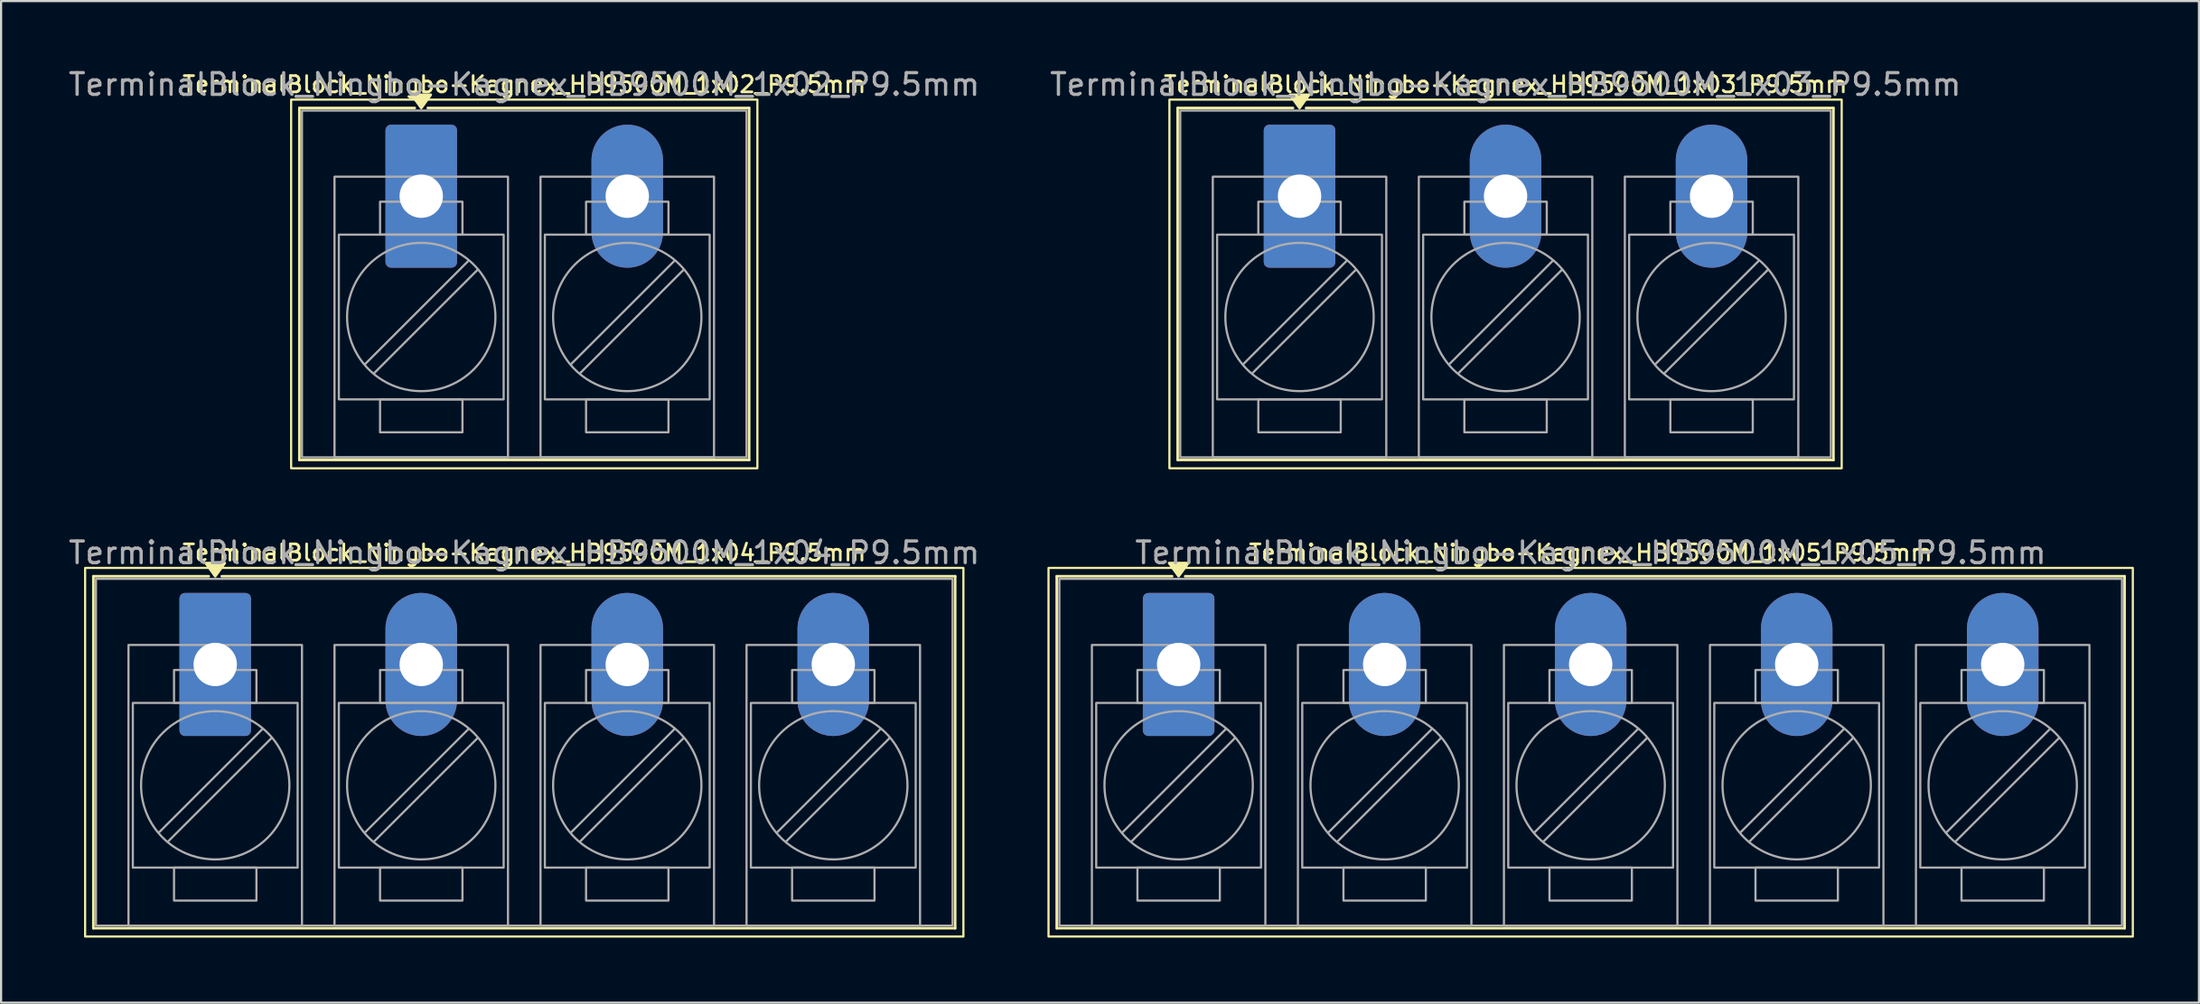
<source format=kicad_pcb>
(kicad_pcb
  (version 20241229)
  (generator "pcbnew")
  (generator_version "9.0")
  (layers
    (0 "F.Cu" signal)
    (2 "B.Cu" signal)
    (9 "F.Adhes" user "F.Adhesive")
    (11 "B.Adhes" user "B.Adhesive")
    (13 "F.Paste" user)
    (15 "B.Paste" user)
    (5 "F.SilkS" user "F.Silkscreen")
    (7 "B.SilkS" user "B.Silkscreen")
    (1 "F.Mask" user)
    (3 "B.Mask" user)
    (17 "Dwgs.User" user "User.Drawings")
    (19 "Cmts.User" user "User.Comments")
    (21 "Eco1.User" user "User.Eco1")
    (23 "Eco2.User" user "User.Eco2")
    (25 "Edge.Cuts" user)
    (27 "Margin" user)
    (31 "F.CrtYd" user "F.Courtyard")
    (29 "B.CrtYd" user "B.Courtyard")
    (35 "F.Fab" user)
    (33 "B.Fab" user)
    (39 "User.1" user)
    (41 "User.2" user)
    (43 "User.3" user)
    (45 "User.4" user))
  (footprint "TerminalBlock_Ningbo-Kagnex_HB9500M_1x05_P9.5mm"
    (layer "F.Cu")
    (at 51.3 27.611)
    (property "Reference" "TerminalBlock_Ningbo-Kagnex_HB9500M_1x05_P9.5mm" (at 19 -5.155 0) (layer "F.SilkS") (effects (font (size 0.75 0.75) (thickness 0.125))))
    (attr through_hole)
    (fp_line (start -5.62 -4.07) (end -0.3 -4.07) (stroke (width 0.12) (type solid)) (layer "F.SilkS"))
    (fp_line (start -5.62 12.17) (end -5.62 -4.07) (stroke (width 0.12) (type solid)) (layer "F.SilkS"))
    (fp_line (start 0.3 -4.07) (end 43.62 -4.07) (stroke (width 0.12) (type solid)) (layer "F.SilkS"))
    (fp_line (start 43.62 -4.07) (end 43.62 12.17) (stroke (width 0.12) (type solid)) (layer "F.SilkS"))
    (fp_line (start 43.62 12.17) (end -5.62 12.17) (stroke (width 0.12) (type solid)) (layer "F.SilkS"))
    (fp_rect (start -6 -4.455) (end 44 12.555) (stroke (width 0.1) (type solid)) (fill no) (layer "F.SilkS"))
    (fp_poly (pts (xy 0 -4.07) (xy -0.44 -4.68) (xy 0.44 -4.68)) (stroke (width 0.12) (type solid)) (fill yes) (layer "F.SilkS"))
    (fp_line (start 2.176 2.981) (end -2.594 7.751) (stroke (width 0.1) (type solid)) (layer "F.Fab"))
    (fp_line (start 2.594 3.399) (end -2.176 8.169) (stroke (width 0.1) (type solid)) (layer "F.Fab"))
    (fp_line (start 11.676 2.981) (end 6.906 7.751) (stroke (width 0.1) (type solid)) (layer "F.Fab"))
    (fp_line (start 12.094 3.399) (end 7.324 8.169) (stroke (width 0.1) (type solid)) (layer "F.Fab"))
    (fp_line (start 21.176 2.981) (end 16.406 7.751) (stroke (width 0.1) (type solid)) (layer "F.Fab"))
    (fp_line (start 21.594 3.399) (end 16.824 8.169) (stroke (width 0.1) (type solid)) (layer "F.Fab"))
    (fp_line (start 30.676 2.981) (end 25.906 7.751) (stroke (width 0.1) (type solid)) (layer "F.Fab"))
    (fp_line (start 31.094 3.399) (end 26.324 8.169) (stroke (width 0.1) (type solid)) (layer "F.Fab"))
    (fp_line (start 40.176 2.981) (end 35.406 7.751) (stroke (width 0.1) (type solid)) (layer "F.Fab"))
    (fp_line (start 40.594 3.399) (end 35.824 8.169) (stroke (width 0.1) (type solid)) (layer "F.Fab"))
    (fp_rect (start -5.5 -3.95) (end 43.5 12.05) (stroke (width 0.1) (type solid)) (fill no) (layer "F.Fab"))
    (fp_rect (start -4 -0.9) (end 4 12.05) (stroke (width 0.1) (type solid)) (fill no) (layer "F.Fab"))
    (fp_rect (start -3.8 1.775) (end 3.8 9.375) (stroke (width 0.1) (type solid)) (fill no) (layer "F.Fab"))
    (fp_rect (start -1.9 0.255) (end 1.9 1.775) (stroke (width 0.1) (type solid)) (fill no) (layer "F.Fab"))
    (fp_rect (start -1.9 9.375) (end 1.9 10.895) (stroke (width 0.1) (type solid)) (fill no) (layer "F.Fab"))
    (fp_rect (start 5.5 -0.9) (end 13.5 12.05) (stroke (width 0.1) (type solid)) (fill no) (layer "F.Fab"))
    (fp_rect (start 5.7 1.775) (end 13.3 9.375) (stroke (width 0.1) (type solid)) (fill no) (layer "F.Fab"))
    (fp_rect (start 7.6 0.255) (end 11.4 1.775) (stroke (width 0.1) (type solid)) (fill no) (layer "F.Fab"))
    (fp_rect (start 7.6 9.375) (end 11.4 10.895) (stroke (width 0.1) (type solid)) (fill no) (layer "F.Fab"))
    (fp_rect (start 15 -0.9) (end 23 12.05) (stroke (width 0.1) (type solid)) (fill no) (layer "F.Fab"))
    (fp_rect (start 15.2 1.775) (end 22.8 9.375) (stroke (width 0.1) (type solid)) (fill no) (layer "F.Fab"))
    (fp_rect (start 17.1 0.255) (end 20.9 1.775) (stroke (width 0.1) (type solid)) (fill no) (layer "F.Fab"))
    (fp_rect (start 17.1 9.375) (end 20.9 10.895) (stroke (width 0.1) (type solid)) (fill no) (layer "F.Fab"))
    (fp_rect (start 24.5 -0.9) (end 32.5 12.05) (stroke (width 0.1) (type solid)) (fill no) (layer "F.Fab"))
    (fp_rect (start 24.7 1.775) (end 32.3 9.375) (stroke (width 0.1) (type solid)) (fill no) (layer "F.Fab"))
    (fp_rect (start 26.6 0.255) (end 30.4 1.775) (stroke (width 0.1) (type solid)) (fill no) (layer "F.Fab"))
    (fp_rect (start 26.6 9.375) (end 30.4 10.895) (stroke (width 0.1) (type solid)) (fill no) (layer "F.Fab"))
    (fp_rect (start 34 -0.9) (end 42 12.05) (stroke (width 0.1) (type solid)) (fill no) (layer "F.Fab"))
    (fp_rect (start 34.2 1.775) (end 41.8 9.375) (stroke (width 0.1) (type solid)) (fill no) (layer "F.Fab"))
    (fp_rect (start 36.1 0.255) (end 39.9 1.775) (stroke (width 0.1) (type solid)) (fill no) (layer "F.Fab"))
    (fp_rect (start 36.1 9.375) (end 39.9 10.895) (stroke (width 0.1) (type solid)) (fill no) (layer "F.Fab"))
    (fp_circle (center 0 5.575) (end 3.42 5.575) (stroke (width 0.1) (type solid)) (fill no) (layer "F.Fab"))
    (fp_circle (center 9.5 5.575) (end 12.92 5.575) (stroke (width 0.1) (type solid)) (fill no) (layer "F.Fab"))
    (fp_circle (center 19 5.575) (end 22.42 5.575) (stroke (width 0.1) (type solid)) (fill no) (layer "F.Fab"))
    (fp_circle (center 28.5 5.575) (end 31.92 5.575) (stroke (width 0.1) (type solid)) (fill no) (layer "F.Fab"))
    (fp_circle (center 38 5.575) (end 41.42 5.575) (stroke (width 0.1) (type solid)) (fill no) (layer "F.Fab"))
    (fp_text user "${REFERENCE}" (at 19 -5.155 0) (layer "F.Fab") (effects (font (size 1 1) (thickness 0.15))))
    (pad "1" thru_hole roundrect (at 0 0) (size 3.3 6.6) (drill 2) (layers "*.Cu" "*.Mask") (roundrect_rratio 0.076))
    (pad "2" thru_hole oval (at 9.5 0) (size 3.3 6.6) (drill 2) (layers "*.Cu" "*.Mask"))
    (pad "3" thru_hole oval (at 19 0) (size 3.3 6.6) (drill 2) (layers "*.Cu" "*.Mask"))
    (pad "4" thru_hole oval (at 28.5 0) (size 3.3 6.6) (drill 2) (layers "*.Cu" "*.Mask"))
    (pad "5" thru_hole oval (at 38 0) (size 3.3 6.6) (drill 2) (layers "*.Cu" "*.Mask")))
  (footprint "TerminalBlock_Ningbo-Kagnex_HB9500M_1x03_P9.5mm"
    (layer "F.Cu")
    (at 56.875 6.003)
    (property "Reference" "TerminalBlock_Ningbo-Kagnex_HB9500M_1x03_P9.5mm" (at 9.5 -5.155 0) (layer "F.SilkS") (effects (font (size 0.75 0.75) (thickness 0.125))))
    (attr through_hole)
    (fp_line (start -5.62 -4.07) (end -0.3 -4.07) (stroke (width 0.12) (type solid)) (layer "F.SilkS"))
    (fp_line (start -5.62 12.17) (end -5.62 -4.07) (stroke (width 0.12) (type solid)) (layer "F.SilkS"))
    (fp_line (start 0.3 -4.07) (end 24.62 -4.07) (stroke (width 0.12) (type solid)) (layer "F.SilkS"))
    (fp_line (start 24.62 -4.07) (end 24.62 12.17) (stroke (width 0.12) (type solid)) (layer "F.SilkS"))
    (fp_line (start 24.62 12.17) (end -5.62 12.17) (stroke (width 0.12) (type solid)) (layer "F.SilkS"))
    (fp_rect (start -6 -4.455) (end 25 12.555) (stroke (width 0.1) (type solid)) (fill no) (layer "F.SilkS"))
    (fp_poly (pts (xy 0 -4.07) (xy -0.44 -4.68) (xy 0.44 -4.68)) (stroke (width 0.12) (type solid)) (fill yes) (layer "F.SilkS"))
    (fp_line (start 2.176 2.981) (end -2.594 7.751) (stroke (width 0.1) (type solid)) (layer "F.Fab"))
    (fp_line (start 2.594 3.399) (end -2.176 8.169) (stroke (width 0.1) (type solid)) (layer "F.Fab"))
    (fp_line (start 11.676 2.981) (end 6.906 7.751) (stroke (width 0.1) (type solid)) (layer "F.Fab"))
    (fp_line (start 12.094 3.399) (end 7.324 8.169) (stroke (width 0.1) (type solid)) (layer "F.Fab"))
    (fp_line (start 21.176 2.981) (end 16.406 7.751) (stroke (width 0.1) (type solid)) (layer "F.Fab"))
    (fp_line (start 21.594 3.399) (end 16.824 8.169) (stroke (width 0.1) (type solid)) (layer "F.Fab"))
    (fp_rect (start -5.5 -3.95) (end 24.5 12.05) (stroke (width 0.1) (type solid)) (fill no) (layer "F.Fab"))
    (fp_rect (start -4 -0.9) (end 4 12.05) (stroke (width 0.1) (type solid)) (fill no) (layer "F.Fab"))
    (fp_rect (start -3.8 1.775) (end 3.8 9.375) (stroke (width 0.1) (type solid)) (fill no) (layer "F.Fab"))
    (fp_rect (start -1.9 0.255) (end 1.9 1.775) (stroke (width 0.1) (type solid)) (fill no) (layer "F.Fab"))
    (fp_rect (start -1.9 9.375) (end 1.9 10.895) (stroke (width 0.1) (type solid)) (fill no) (layer "F.Fab"))
    (fp_rect (start 5.5 -0.9) (end 13.5 12.05) (stroke (width 0.1) (type solid)) (fill no) (layer "F.Fab"))
    (fp_rect (start 5.7 1.775) (end 13.3 9.375) (stroke (width 0.1) (type solid)) (fill no) (layer "F.Fab"))
    (fp_rect (start 7.6 0.255) (end 11.4 1.775) (stroke (width 0.1) (type solid)) (fill no) (layer "F.Fab"))
    (fp_rect (start 7.6 9.375) (end 11.4 10.895) (stroke (width 0.1) (type solid)) (fill no) (layer "F.Fab"))
    (fp_rect (start 15 -0.9) (end 23 12.05) (stroke (width 0.1) (type solid)) (fill no) (layer "F.Fab"))
    (fp_rect (start 15.2 1.775) (end 22.8 9.375) (stroke (width 0.1) (type solid)) (fill no) (layer "F.Fab"))
    (fp_rect (start 17.1 0.255) (end 20.9 1.775) (stroke (width 0.1) (type solid)) (fill no) (layer "F.Fab"))
    (fp_rect (start 17.1 9.375) (end 20.9 10.895) (stroke (width 0.1) (type solid)) (fill no) (layer "F.Fab"))
    (fp_circle (center 0 5.575) (end 3.42 5.575) (stroke (width 0.1) (type solid)) (fill no) (layer "F.Fab"))
    (fp_circle (center 9.5 5.575) (end 12.92 5.575) (stroke (width 0.1) (type solid)) (fill no) (layer "F.Fab"))
    (fp_circle (center 19 5.575) (end 22.42 5.575) (stroke (width 0.1) (type solid)) (fill no) (layer "F.Fab"))
    (fp_text user "${REFERENCE}" (at 9.5 -5.155 0) (layer "F.Fab") (effects (font (size 1 1) (thickness 0.15))))
    (pad "1" thru_hole roundrect (at 0 0) (size 3.3 6.6) (drill 2) (layers "*.Cu" "*.Mask") (roundrect_rratio 0.076))
    (pad "2" thru_hole oval (at 9.5 0) (size 3.3 6.6) (drill 2) (layers "*.Cu" "*.Mask"))
    (pad "3" thru_hole oval (at 19 0) (size 3.3 6.6) (drill 2) (layers "*.Cu" "*.Mask")))
  (footprint "TerminalBlock_Ningbo-Kagnex_HB9500M_1x04_P9.5mm"
    (layer "F.Cu")
    (at 6.875 27.611)
    (property "Reference" "TerminalBlock_Ningbo-Kagnex_HB9500M_1x04_P9.5mm" (at 14.25 -5.155 0) (layer "F.SilkS") (effects (font (size 0.75 0.75) (thickness 0.125))))
    (attr through_hole)
    (fp_line (start -5.62 -4.07) (end -0.3 -4.07) (stroke (width 0.12) (type solid)) (layer "F.SilkS"))
    (fp_line (start -5.62 12.17) (end -5.62 -4.07) (stroke (width 0.12) (type solid)) (layer "F.SilkS"))
    (fp_line (start 0.3 -4.07) (end 34.12 -4.07) (stroke (width 0.12) (type solid)) (layer "F.SilkS"))
    (fp_line (start 34.12 -4.07) (end 34.12 12.17) (stroke (width 0.12) (type solid)) (layer "F.SilkS"))
    (fp_line (start 34.12 12.17) (end -5.62 12.17) (stroke (width 0.12) (type solid)) (layer "F.SilkS"))
    (fp_rect (start -6 -4.455) (end 34.5 12.555) (stroke (width 0.1) (type solid)) (fill no) (layer "F.SilkS"))
    (fp_poly (pts (xy 0 -4.07) (xy -0.44 -4.68) (xy 0.44 -4.68)) (stroke (width 0.12) (type solid)) (fill yes) (layer "F.SilkS"))
    (fp_line (start 2.176 2.981) (end -2.594 7.751) (stroke (width 0.1) (type solid)) (layer "F.Fab"))
    (fp_line (start 2.594 3.399) (end -2.176 8.169) (stroke (width 0.1) (type solid)) (layer "F.Fab"))
    (fp_line (start 11.676 2.981) (end 6.906 7.751) (stroke (width 0.1) (type solid)) (layer "F.Fab"))
    (fp_line (start 12.094 3.399) (end 7.324 8.169) (stroke (width 0.1) (type solid)) (layer "F.Fab"))
    (fp_line (start 21.176 2.981) (end 16.406 7.751) (stroke (width 0.1) (type solid)) (layer "F.Fab"))
    (fp_line (start 21.594 3.399) (end 16.824 8.169) (stroke (width 0.1) (type solid)) (layer "F.Fab"))
    (fp_line (start 30.676 2.981) (end 25.906 7.751) (stroke (width 0.1) (type solid)) (layer "F.Fab"))
    (fp_line (start 31.094 3.399) (end 26.324 8.169) (stroke (width 0.1) (type solid)) (layer "F.Fab"))
    (fp_rect (start -5.5 -3.95) (end 34 12.05) (stroke (width 0.1) (type solid)) (fill no) (layer "F.Fab"))
    (fp_rect (start -4 -0.9) (end 4 12.05) (stroke (width 0.1) (type solid)) (fill no) (layer "F.Fab"))
    (fp_rect (start -3.8 1.775) (end 3.8 9.375) (stroke (width 0.1) (type solid)) (fill no) (layer "F.Fab"))
    (fp_rect (start -1.9 0.255) (end 1.9 1.775) (stroke (width 0.1) (type solid)) (fill no) (layer "F.Fab"))
    (fp_rect (start -1.9 9.375) (end 1.9 10.895) (stroke (width 0.1) (type solid)) (fill no) (layer "F.Fab"))
    (fp_rect (start 5.5 -0.9) (end 13.5 12.05) (stroke (width 0.1) (type solid)) (fill no) (layer "F.Fab"))
    (fp_rect (start 5.7 1.775) (end 13.3 9.375) (stroke (width 0.1) (type solid)) (fill no) (layer "F.Fab"))
    (fp_rect (start 7.6 0.255) (end 11.4 1.775) (stroke (width 0.1) (type solid)) (fill no) (layer "F.Fab"))
    (fp_rect (start 7.6 9.375) (end 11.4 10.895) (stroke (width 0.1) (type solid)) (fill no) (layer "F.Fab"))
    (fp_rect (start 15 -0.9) (end 23 12.05) (stroke (width 0.1) (type solid)) (fill no) (layer "F.Fab"))
    (fp_rect (start 15.2 1.775) (end 22.8 9.375) (stroke (width 0.1) (type solid)) (fill no) (layer "F.Fab"))
    (fp_rect (start 17.1 0.255) (end 20.9 1.775) (stroke (width 0.1) (type solid)) (fill no) (layer "F.Fab"))
    (fp_rect (start 17.1 9.375) (end 20.9 10.895) (stroke (width 0.1) (type solid)) (fill no) (layer "F.Fab"))
    (fp_rect (start 24.5 -0.9) (end 32.5 12.05) (stroke (width 0.1) (type solid)) (fill no) (layer "F.Fab"))
    (fp_rect (start 24.7 1.775) (end 32.3 9.375) (stroke (width 0.1) (type solid)) (fill no) (layer "F.Fab"))
    (fp_rect (start 26.6 0.255) (end 30.4 1.775) (stroke (width 0.1) (type solid)) (fill no) (layer "F.Fab"))
    (fp_rect (start 26.6 9.375) (end 30.4 10.895) (stroke (width 0.1) (type solid)) (fill no) (layer "F.Fab"))
    (fp_circle (center 0 5.575) (end 3.42 5.575) (stroke (width 0.1) (type solid)) (fill no) (layer "F.Fab"))
    (fp_circle (center 9.5 5.575) (end 12.92 5.575) (stroke (width 0.1) (type solid)) (fill no) (layer "F.Fab"))
    (fp_circle (center 19 5.575) (end 22.42 5.575) (stroke (width 0.1) (type solid)) (fill no) (layer "F.Fab"))
    (fp_circle (center 28.5 5.575) (end 31.92 5.575) (stroke (width 0.1) (type solid)) (fill no) (layer "F.Fab"))
    (fp_text user "${REFERENCE}" (at 14.25 -5.155 0) (layer "F.Fab") (effects (font (size 1 1) (thickness 0.15))))
    (pad "1" thru_hole roundrect (at 0 0) (size 3.3 6.6) (drill 2) (layers "*.Cu" "*.Mask") (roundrect_rratio 0.076))
    (pad "2" thru_hole oval (at 9.5 0) (size 3.3 6.6) (drill 2) (layers "*.Cu" "*.Mask"))
    (pad "3" thru_hole oval (at 19 0) (size 3.3 6.6) (drill 2) (layers "*.Cu" "*.Mask"))
    (pad "4" thru_hole oval (at 28.5 0) (size 3.3 6.6) (drill 2) (layers "*.Cu" "*.Mask")))
  (footprint "TerminalBlock_Ningbo-Kagnex_HB9500M_1x02_P9.5mm"
    (layer "F.Cu")
    (at 16.375 6.003)
    (property "Reference" "TerminalBlock_Ningbo-Kagnex_HB9500M_1x02_P9.5mm" (at 4.75 -5.155 0) (layer "F.SilkS") (effects (font (size 0.75 0.75) (thickness 0.125))))
    (attr through_hole)
    (fp_line (start -5.62 -4.07) (end -0.3 -4.07) (stroke (width 0.12) (type solid)) (layer "F.SilkS"))
    (fp_line (start -5.62 12.17) (end -5.62 -4.07) (stroke (width 0.12) (type solid)) (layer "F.SilkS"))
    (fp_line (start 0.3 -4.07) (end 15.12 -4.07) (stroke (width 0.12) (type solid)) (layer "F.SilkS"))
    (fp_line (start 15.12 -4.07) (end 15.12 12.17) (stroke (width 0.12) (type solid)) (layer "F.SilkS"))
    (fp_line (start 15.12 12.17) (end -5.62 12.17) (stroke (width 0.12) (type solid)) (layer "F.SilkS"))
    (fp_rect (start -6 -4.455) (end 15.5 12.555) (stroke (width 0.1) (type solid)) (fill no) (layer "F.SilkS"))
    (fp_poly (pts (xy 0 -4.07) (xy -0.44 -4.68) (xy 0.44 -4.68)) (stroke (width 0.12) (type solid)) (fill yes) (layer "F.SilkS"))
    (fp_line (start 2.176 2.981) (end -2.594 7.751) (stroke (width 0.1) (type solid)) (layer "F.Fab"))
    (fp_line (start 2.594 3.399) (end -2.176 8.169) (stroke (width 0.1) (type solid)) (layer "F.Fab"))
    (fp_line (start 11.676 2.981) (end 6.906 7.751) (stroke (width 0.1) (type solid)) (layer "F.Fab"))
    (fp_line (start 12.094 3.399) (end 7.324 8.169) (stroke (width 0.1) (type solid)) (layer "F.Fab"))
    (fp_rect (start -5.5 -3.95) (end 15 12.05) (stroke (width 0.1) (type solid)) (fill no) (layer "F.Fab"))
    (fp_rect (start -4 -0.9) (end 4 12.05) (stroke (width 0.1) (type solid)) (fill no) (layer "F.Fab"))
    (fp_rect (start -3.8 1.775) (end 3.8 9.375) (stroke (width 0.1) (type solid)) (fill no) (layer "F.Fab"))
    (fp_rect (start -1.9 0.255) (end 1.9 1.775) (stroke (width 0.1) (type solid)) (fill no) (layer "F.Fab"))
    (fp_rect (start -1.9 9.375) (end 1.9 10.895) (stroke (width 0.1) (type solid)) (fill no) (layer "F.Fab"))
    (fp_rect (start 5.5 -0.9) (end 13.5 12.05) (stroke (width 0.1) (type solid)) (fill no) (layer "F.Fab"))
    (fp_rect (start 5.7 1.775) (end 13.3 9.375) (stroke (width 0.1) (type solid)) (fill no) (layer "F.Fab"))
    (fp_rect (start 7.6 0.255) (end 11.4 1.775) (stroke (width 0.1) (type solid)) (fill no) (layer "F.Fab"))
    (fp_rect (start 7.6 9.375) (end 11.4 10.895) (stroke (width 0.1) (type solid)) (fill no) (layer "F.Fab"))
    (fp_circle (center 0 5.575) (end 3.42 5.575) (stroke (width 0.1) (type solid)) (fill no) (layer "F.Fab"))
    (fp_circle (center 9.5 5.575) (end 12.92 5.575) (stroke (width 0.1) (type solid)) (fill no) (layer "F.Fab"))
    (fp_text user "${REFERENCE}" (at 4.75 -5.155 0) (layer "F.Fab") (effects (font (size 1 1) (thickness 0.15))))
    (pad "1" thru_hole roundrect (at 0 0) (size 3.3 6.6) (drill 2) (layers "*.Cu" "*.Mask") (roundrect_rratio 0.076))
    (pad "2" thru_hole oval (at 9.5 0) (size 3.3 6.6) (drill 2) (layers "*.Cu" "*.Mask")))
  (gr_rect
    (start -3 -3)
    (end 98.35 43.217)
    (stroke (width 0.1) (type default))
    (fill no)
    (layer "Edge.Cuts")))
</source>
